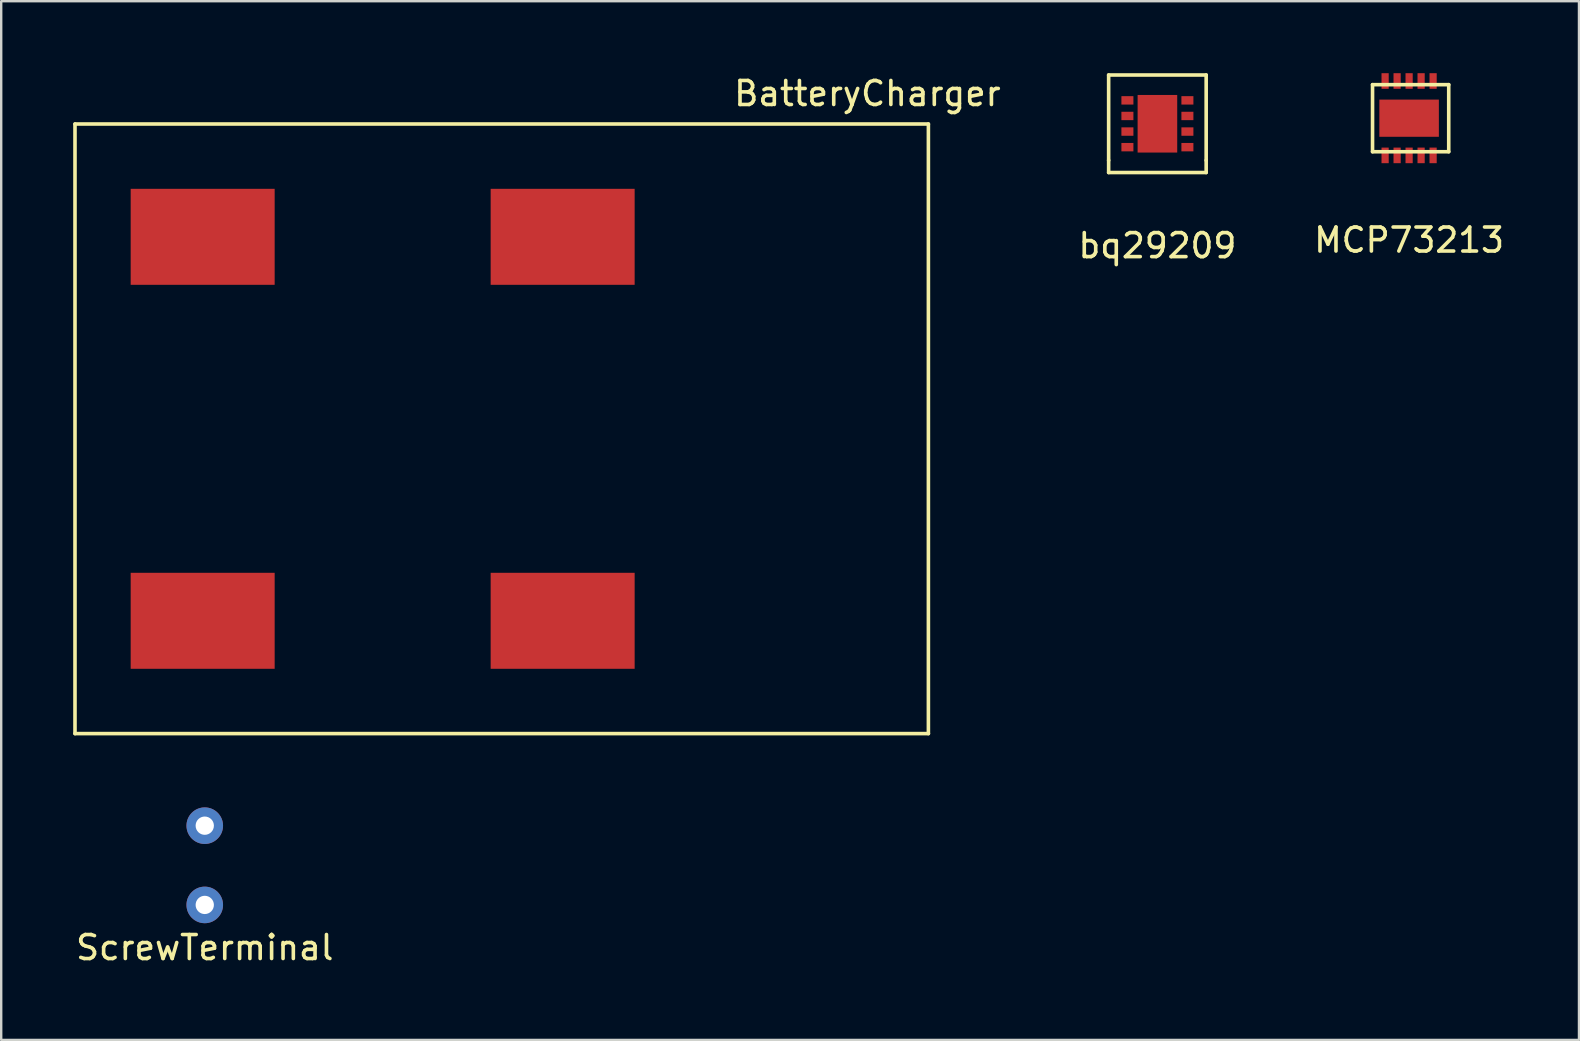
<source format=kicad_pcb>
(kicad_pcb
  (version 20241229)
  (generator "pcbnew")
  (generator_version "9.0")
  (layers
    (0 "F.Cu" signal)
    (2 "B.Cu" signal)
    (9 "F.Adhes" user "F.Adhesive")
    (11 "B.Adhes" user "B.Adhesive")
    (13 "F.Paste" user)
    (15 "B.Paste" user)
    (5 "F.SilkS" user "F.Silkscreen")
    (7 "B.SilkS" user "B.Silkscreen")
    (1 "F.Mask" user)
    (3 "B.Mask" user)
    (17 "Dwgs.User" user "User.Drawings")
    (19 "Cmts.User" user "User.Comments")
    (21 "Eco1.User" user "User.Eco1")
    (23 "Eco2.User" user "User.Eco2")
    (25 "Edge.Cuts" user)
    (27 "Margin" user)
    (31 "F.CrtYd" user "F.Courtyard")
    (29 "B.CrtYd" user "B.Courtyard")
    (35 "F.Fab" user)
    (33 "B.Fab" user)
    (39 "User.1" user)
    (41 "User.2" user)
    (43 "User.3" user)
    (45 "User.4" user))
  (footprint "MCP73213"
    (layer "F.Cu")
    (at 55.666 1.875)
    (property "Reference" "MCP73213" (at 0 5.08 0) (layer "F.SilkS") (effects (font (size 1 1) (thickness 0.15))))
    (attr through_hole)
    (fp_line (start -1.524 -1.397) (end 1.651 -1.397) (stroke (width 0.15) (type solid)) (layer "F.SilkS"))
    (fp_line (start -1.524 1.397) (end -1.524 -1.397) (stroke (width 0.15) (type solid)) (layer "F.SilkS"))
    (fp_line (start 1.651 -1.397) (end 1.651 1.397) (stroke (width 0.15) (type solid)) (layer "F.SilkS"))
    (fp_line (start 1.651 1.397) (end -1.524 1.397) (stroke (width 0.15) (type solid)) (layer "F.SilkS"))
    (pad "1" smd rect (at -1 1.55) (size 0.3 0.65) (layers "F.Cu" "F.Mask" "F.Paste"))
    (pad "2" smd rect (at -0.5 1.55) (size 0.3 0.65) (layers "F.Cu" "F.Mask" "F.Paste"))
    (pad "3" smd rect (at 0 1.55) (size 0.3 0.65) (layers "F.Cu" "F.Mask" "F.Paste"))
    (pad "4" smd rect (at 0.5 1.55) (size 0.3 0.65) (layers "F.Cu" "F.Mask" "F.Paste"))
    (pad "5" smd rect (at 1 1.55) (size 0.3 0.65) (layers "F.Cu" "F.Mask" "F.Paste"))
    (pad "6" smd rect (at -1 -1.55) (size 0.3 0.65) (layers "F.Cu" "F.Mask" "F.Paste"))
    (pad "7" smd rect (at -0.5 -1.55) (size 0.3 0.65) (layers "F.Cu" "F.Mask" "F.Paste"))
    (pad "8" smd rect (at 0 -1.55) (size 0.3 0.65) (layers "F.Cu" "F.Mask" "F.Paste"))
    (pad "9" smd rect (at 0.5 -1.55) (size 0.3 0.65) (layers "F.Cu" "F.Mask" "F.Paste"))
    (pad "10" smd rect (at 1 -1.55) (size 0.3 0.65) (layers "F.Cu" "F.Mask" "F.Paste"))
    (pad "11" smd rect (at 0 0) (size 2.48 1.55) (layers "F.Cu" "F.Mask" "F.Paste")))
  (footprint "ScrewTerminal"
    (layer "F.Cu")
    (at 5.482 31.355)
    (property "Reference" "ScrewTerminal" (at 0 5.08 0) (layer "F.SilkS") (effects (font (size 1 1) (thickness 0.15))))
    (attr through_hole)
    (pad "1" thru_hole circle (at 0 0) (size 1.524 1.524) (drill 0.762) (layers "*.Cu" "*.Mask"))
    (pad "2" thru_hole circle (at 0 3.302) (size 1.524 1.524) (drill 0.762) (layers "*.Cu" "*.Mask")))
  (footprint "BatteryCharger"
    (layer "F.Cu")
    (at 20.395 14.818)
    (property "Reference" "BatteryCharger" (at 12.7 -13.97 0) (layer "F.SilkS") (effects (font (size 1 1) (thickness 0.15))))
    (attr through_hole)
    (fp_line (start -20.32 -12.7) (end 15.24 -12.7) (stroke (width 0.15) (type solid)) (layer "F.SilkS"))
    (fp_line (start -20.32 12.7) (end -20.32 -12.7) (stroke (width 0.15) (type solid)) (layer "F.SilkS"))
    (fp_line (start 15.24 -12.7) (end 15.24 12.7) (stroke (width 0.15) (type solid)) (layer "F.SilkS"))
    (fp_line (start 15.24 12.7) (end -20.32 12.7) (stroke (width 0.15) (type solid)) (layer "F.SilkS"))
    (pad "1" smd rect (at 0 -8) (size 6 4) (layers "F.Cu" "F.Mask" "F.Paste"))
    (pad "2" smd rect (at -15 -8) (size 6 4) (layers "F.Cu" "F.Mask" "F.Paste"))
    (pad "2" smd rect (at -15 8) (size 6 4) (layers "F.Cu" "F.Mask" "F.Paste"))
    (pad "3" smd rect (at 0 8) (size 6 4) (layers "F.Cu" "F.Mask" "F.Paste")))
  (footprint "bq29209"
    (layer "F.Cu")
    (at 45.178 2.107)
    (property "Reference" "bq29209" (at 0 5.08 0) (layer "F.SilkS") (effects (font (size 1 1) (thickness 0.15))))
    (attr through_hole)
    (fp_line (start -2.032 -2.032) (end 2.032 -2.032) (stroke (width 0.15) (type solid)) (layer "F.SilkS"))
    (fp_line (start -2.032 1.524) (end -2.032 -2.032) (stroke (width 0.15) (type solid)) (layer "F.SilkS"))
    (fp_line (start -2.032 1.524) (end -2.032 2.032) (stroke (width 0.15) (type solid)) (layer "F.SilkS"))
    (fp_line (start -2.032 2.032) (end 2.032 2.032) (stroke (width 0.15) (type solid)) (layer "F.SilkS"))
    (fp_line (start 2.032 -2.032) (end 2.032 1.524) (stroke (width 0.15) (type solid)) (layer "F.SilkS"))
    (fp_line (start 2.032 2.032) (end 2.032 1.524) (stroke (width 0.15) (type solid)) (layer "F.SilkS"))
    (pad "4" smd rect (at -1.25 -0.975) (size 0.5 0.35) (layers "F.Cu" "F.Mask" "F.Paste"))
    (pad "5" smd rect (at -1.25 -0.325) (size 0.5 0.35) (layers "F.Cu" "F.Mask" "F.Paste"))
    (pad "5" smd rect (at 1.25 -0.975) (size 0.5 0.35) (layers "F.Cu" "F.Mask" "F.Paste"))
    (pad "6" smd rect (at -1.25 0.325) (size 0.5 0.35) (layers "F.Cu" "F.Mask" "F.Paste"))
    (pad "6" smd rect (at 1.25 -0.325) (size 0.5 0.35) (layers "F.Cu" "F.Mask" "F.Paste"))
    (pad "7" smd rect (at -1.25 0.975) (size 0.5 0.35) (layers "F.Cu" "F.Mask" "F.Paste"))
    (pad "7" smd rect (at 1.25 0.325) (size 0.5 0.35) (layers "F.Cu" "F.Mask" "F.Paste"))
    (pad "8" smd rect (at 1.25 0.975) (size 0.5 0.35) (layers "F.Cu" "F.Mask" "F.Paste"))
    (pad "9" smd rect (at 0 0) (size 1.65 2.4) (layers "F.Cu" "F.Mask" "F.Paste")))
  (gr_rect
    (start -3 -3)
    (end 62.744 40.283)
    (stroke (width 0.1) (type default))
    (fill no)
    (layer "Edge.Cuts")))
</source>
